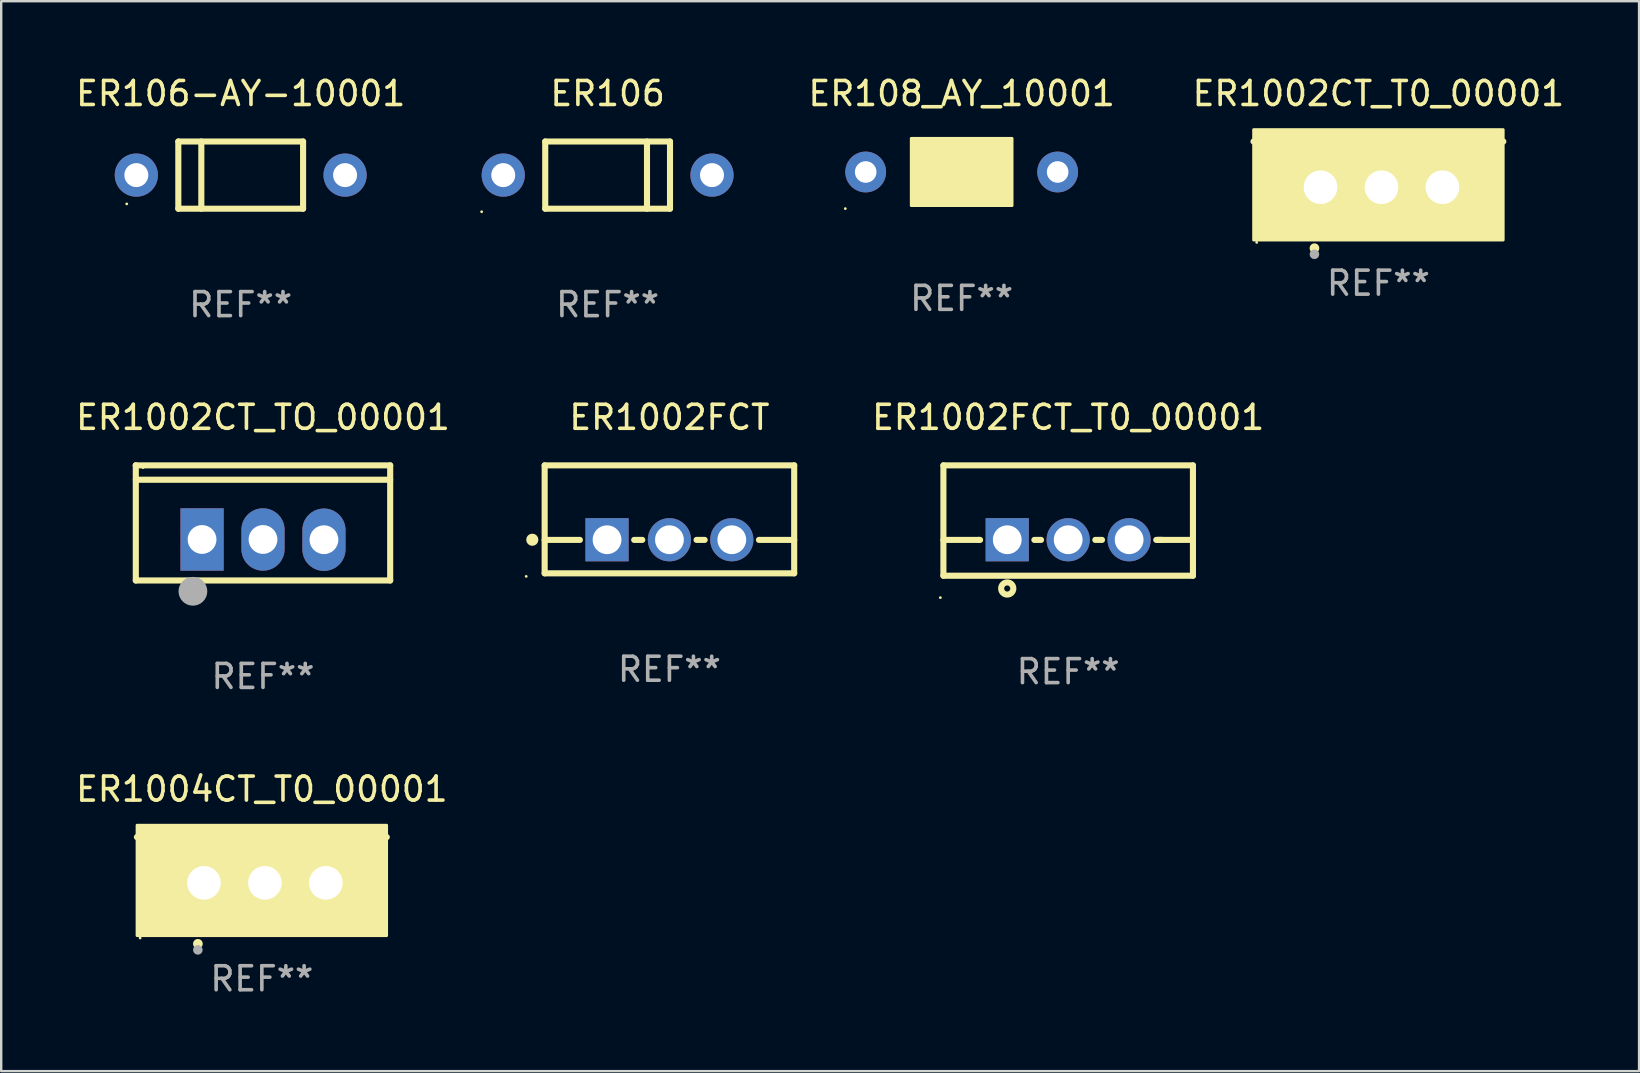
<source format=kicad_pcb>
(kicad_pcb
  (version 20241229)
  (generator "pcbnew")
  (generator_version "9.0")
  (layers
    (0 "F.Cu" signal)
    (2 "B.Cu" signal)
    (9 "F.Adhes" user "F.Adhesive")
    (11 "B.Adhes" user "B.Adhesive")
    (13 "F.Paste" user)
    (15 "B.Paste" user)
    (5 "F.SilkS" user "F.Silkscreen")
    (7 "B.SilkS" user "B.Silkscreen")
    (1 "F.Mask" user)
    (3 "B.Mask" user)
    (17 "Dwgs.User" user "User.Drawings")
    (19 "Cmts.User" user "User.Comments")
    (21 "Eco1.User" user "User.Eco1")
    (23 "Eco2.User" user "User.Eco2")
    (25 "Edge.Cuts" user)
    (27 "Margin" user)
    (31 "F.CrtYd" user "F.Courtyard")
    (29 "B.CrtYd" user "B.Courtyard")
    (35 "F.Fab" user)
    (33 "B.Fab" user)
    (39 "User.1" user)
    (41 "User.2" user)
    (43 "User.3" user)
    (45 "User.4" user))
  (footprint "ER106"
    (layer "F.Cu")
    (at 22.274 4.248)
    (property "Reference" "ER106" (at 0 -3.4 0) (layer "F.SilkS") (effects (font (size 1 1) (thickness 0.15))))
    (attr through_hole)
    (fp_line (start -2.6 1.4) (end -2.6 -1.4) (stroke (width 0.254) (type solid)) (layer "F.SilkS"))
    (fp_line (start 1.641 1.4) (end 1.641 -1.4) (stroke (width 0.254) (type solid)) (layer "F.SilkS"))
    (fp_line (start 2.6 -1.4) (end -2.6 -1.4) (stroke (width 0.254) (type solid)) (layer "F.SilkS"))
    (fp_line (start 2.6 1.4) (end -2.6 1.4) (stroke (width 0.254) (type solid)) (layer "F.SilkS"))
    (fp_line (start 2.6 1.4) (end 2.6 -1.4) (stroke (width 0.254) (type solid)) (layer "F.SilkS"))
    (fp_circle (center -5.25 1.527) (end -5.22 1.527) (stroke (width 0.06) (type solid)) (fill no) (layer "F.SilkS"))
    (fp_text user "REF**" (at 0 5.4 0) (layer "F.Fab") (effects (font (size 1 1) (thickness 0.15))))
    (pad "1" thru_hole circle (at -4.35 0) (size 1.8 1.8) (drill 1) (layers "*.Cu" "*.Mask"))
    (pad "2" thru_hole circle (at 4.35 0) (size 1.8 1.8) (drill 1) (layers "*.Cu" "*.Mask")))
  (footprint "ER106-AY-10001"
    (layer "F.Cu")
    (at 6.982 4.248)
    (property "Reference" "ER106-AY-10001" (at 0 -3.4 0) (layer "F.SilkS") (effects (font (size 1 1) (thickness 0.15))))
    (attr through_hole)
    (fp_line (start -2.6 -1.4) (end -2.6 1.4) (stroke (width 0.254) (type solid)) (layer "F.SilkS"))
    (fp_line (start -2.6 -1.4) (end 2.6 -1.4) (stroke (width 0.254) (type solid)) (layer "F.SilkS"))
    (fp_line (start -2.6 1.4) (end 2.6 1.4) (stroke (width 0.254) (type solid)) (layer "F.SilkS"))
    (fp_line (start -1.641 -1.4) (end -1.641 1.4) (stroke (width 0.254) (type solid)) (layer "F.SilkS"))
    (fp_line (start 2.6 -1.4) (end 2.6 1.4) (stroke (width 0.254) (type solid)) (layer "F.SilkS"))
    (fp_circle (center -4.75 1.2) (end -4.72 1.2) (stroke (width 0.06) (type solid)) (fill no) (layer "F.SilkS"))
    (fp_text user "REF**" (at 0 5.4 0) (layer "F.Fab") (effects (font (size 1 1) (thickness 0.15))))
    (pad "1" thru_hole circle (at -4.35 0) (size 1.8 1.8) (drill 1) (layers "*.Cu" "*.Mask"))
    (pad "2" thru_hole circle (at 4.35 0) (size 1.8 1.8) (drill 1) (layers "*.Cu" "*.Mask")))
  (footprint "ER108_AY_10001"
    (layer "F.Cu")
    (at 37.03 4.118)
    (property "Reference" "ER108_AY_10001" (at 0 -3.27 0) (layer "F.SilkS") (effects (font (size 1 1) (thickness 0.15))))
    (attr through_hole)
    (fp_line (start 1.27 -1.27) (end 1.27 1.27) (stroke (width 0.229) (type solid)) (layer "F.SilkS"))
    (fp_circle (center -4.85 1.527) (end -4.82 1.527) (stroke (width 0.06) (type solid)) (fill no) (layer "F.SilkS"))
    (fp_poly (pts (xy -2.1 -1.4) (xy 2.1 -1.4) (xy 2.1 1.4) (xy -2.1 1.4)) (stroke (width 0.12) (type solid)) (fill yes) (layer "F.SilkS"))
    (fp_text user "REF**" (at 0 5.27 0) (layer "F.Fab") (effects (font (size 1 1) (thickness 0.15))))
    (pad "1" thru_hole circle (at -4 0) (size 1.7 1.7) (drill 0.9) (layers "*.Cu" "*.Mask"))
    (pad "2" thru_hole circle (at 4 0) (size 1.7 1.7) (drill 0.9) (layers "*.Cu" "*.Mask")))
  (footprint "ER1002CT_TO_00001"
    (layer "F.Cu")
    (at 7.911 18.744)
    (property "Reference" "ER1002CT_TO_00001" (at 0 -4.399 0) (layer "F.SilkS") (effects (font (size 1 1) (thickness 0.15))))
    (attr through_hole)
    (fp_line (start -5.301 -2.399) (end 5.301 -2.399) (stroke (width 0.254) (type solid)) (layer "F.SilkS"))
    (fp_line (start -5.301 -2.394) (end -5.301 -2.399) (stroke (width 0.254) (type solid)) (layer "F.SilkS"))
    (fp_line (start -5.301 2.399) (end -5.301 -2.394) (stroke (width 0.254) (type solid)) (layer "F.SilkS"))
    (fp_line (start 5.3 -1.8) (end -5.3 -1.8) (stroke (width 0.254) (type solid)) (layer "F.SilkS"))
    (fp_line (start 5.301 -2.399) (end 5.301 2.399) (stroke (width 0.254) (type solid)) (layer "F.SilkS"))
    (fp_line (start 5.301 2.399) (end -5.301 2.399) (stroke (width 0.254) (type solid)) (layer "F.SilkS"))
    (fp_arc (start -2.769977 3.025032) (mid -2.768707 3.025028) (end -2.767437 3.025032) (stroke (width 0.4) (type solid)) (layer "F.SilkS"))
    (fp_circle (center -5 -2.305) (end -4.97 -2.305) (stroke (width 0.06) (type solid)) (fill no) (layer "F.SilkS"))
    (fp_circle (center -2.921 2.849) (end -2.621 2.849) (stroke (width 0.6) (type solid)) (fill no) (layer "F.Fab"))
    (fp_text user "REF**" (at 0 6.399 0) (layer "F.Fab") (effects (font (size 1 1) (thickness 0.15))))
    (pad "1" thru_hole rect (at -2.54 0.69) (size 1.8 2.6) (drill 1.2) (layers "*.Cu" "*.Mask"))
    (pad "2" thru_hole oval (at 0 0.69) (size 1.8 2.6) (drill 1.2) (layers "*.Cu" "*.Mask"))
    (pad "3" thru_hole oval (at 2.54 0.7) (size 1.8 2.6) (drill 1.2) (layers "*.Cu" "*.Mask")))
  (footprint "ER1002CT_T0_00001"
    (layer "F.Cu")
    (at 54.399 3.801)
    (property "Reference" "ER1002CT_T0_00001" (at 0 -2.953 0) (layer "F.SilkS") (effects (font (size 1 1) (thickness 0.15))))
    (attr through_hole)
    (fp_line (start 5.207 -0.953) (end -5.207 -0.953) (stroke (width 0.254) (type solid)) (layer "F.SilkS"))
    (fp_arc (start -2.66698 3.49252) (mid -2.66571 3.492516) (end -2.66444 3.49252) (stroke (width 0.4) (type solid)) (layer "F.SilkS"))
    (fp_circle (center -5.073 3.252) (end -5.043 3.252) (stroke (width 0.06) (type solid)) (fill no) (layer "F.SilkS"))
    (fp_poly (pts (xy -5.2 -1.448) (xy 5.2 -1.448) (xy 5.2 3.152) (xy -5.2 3.152)) (stroke (width 0.12) (type solid)) (fill yes) (layer "F.SilkS"))
    (fp_circle (center -2.667 3.747) (end -2.567 3.747) (stroke (width 0.2) (type solid)) (fill no) (layer "F.Fab"))
    (fp_text user "REF**" (at 0 4.953 0) (layer "F.Fab") (effects (font (size 1 1) (thickness 0.15))))
    (pad "1" thru_hole rect (at -2.413 0.953) (size 2 2.5) (drill 1.4) (layers "*.Cu" "*.Mask"))
    (pad "2" thru_hole oval (at 0.127 0.953) (size 2 2.5) (drill 1.4) (layers "*.Cu" "*.Mask"))
    (pad "3" thru_hole oval (at 2.667 0.953) (size 2 2.5) (drill 1.4) (layers "*.Cu" "*.Mask")))
  (footprint "ER1002FCT_T0_00001"
    (layer "F.Cu")
    (at 41.469 18.645)
    (property "Reference" "ER1002FCT_T0_00001" (at 0 -4.3 0) (layer "F.SilkS") (effects (font (size 1 1) (thickness 0.15))))
    (attr through_hole)
    (fp_line (start -5.2 -2.3) (end -5.2 2.3) (stroke (width 0.254) (type solid)) (layer "F.SilkS"))
    (fp_line (start -5.2 -2.3) (end 5.2 -2.3) (stroke (width 0.254) (type solid)) (layer "F.SilkS"))
    (fp_line (start -5.2 0.807) (end -3.731 0.807) (stroke (width 0.254) (type solid)) (layer "F.SilkS"))
    (fp_line (start -5.2 2.3) (end 5.2 2.3) (stroke (width 0.254) (type solid)) (layer "F.SilkS"))
    (fp_line (start -3.731 0.807) (end -3.671 0.807) (stroke (width 0.254) (type solid)) (layer "F.SilkS"))
    (fp_line (start -1.409 0.807) (end -1.131 0.807) (stroke (width 0.254) (type solid)) (layer "F.SilkS"))
    (fp_line (start 1.131 0.807) (end 1.409 0.807) (stroke (width 0.254) (type solid)) (layer "F.SilkS"))
    (fp_line (start 3.671 0.807) (end 3.926 0.807) (stroke (width 0.254) (type solid)) (layer "F.SilkS"))
    (fp_line (start 3.731 0.807) (end 5.2 0.807) (stroke (width 0.254) (type solid)) (layer "F.SilkS"))
    (fp_line (start 5.2 -2.3) (end 5.2 2.3) (stroke (width 0.254) (type solid)) (layer "F.SilkS"))
    (fp_circle (center -5.327 3.213) (end -5.297 3.213) (stroke (width 0.06) (type solid)) (fill no) (layer "F.SilkS"))
    (fp_circle (center -2.54 2.832) (end -2.286 2.832) (stroke (width 0.254) (type solid)) (fill no) (layer "F.SilkS"))
    (fp_text user "REF**" (at 0 6.3 0) (layer "F.Fab") (effects (font (size 1 1) (thickness 0.15))))
    (pad "1" thru_hole rect (at -2.54 0.8) (size 1.8 1.8) (drill 1.2) (layers "*.Cu" "*.Mask"))
    (pad "2" thru_hole circle (at 0 0.8) (size 1.8 1.8) (drill 1.2) (layers "*.Cu" "*.Mask"))
    (pad "3" thru_hole circle (at 2.54 0.8) (size 1.8 1.8) (drill 1.2) (layers "*.Cu" "*.Mask")))
  (footprint "ER1002FCT"
    (layer "F.Cu")
    (at 24.85 18.595)
    (property "Reference" "ER1002FCT" (at 0 -4.25 0) (layer "F.SilkS") (effects (font (size 1 1) (thickness 0.15))))
    (attr through_hole)
    (fp_line (start -5.2 -2.25) (end -5.2 2.25) (stroke (width 0.254) (type solid)) (layer "F.SilkS"))
    (fp_line (start -5.2 -2.25) (end 5.2 -2.25) (stroke (width 0.254) (type solid)) (layer "F.SilkS"))
    (fp_line (start -5.2 0.857) (end -3.731 0.857) (stroke (width 0.254) (type solid)) (layer "F.SilkS"))
    (fp_line (start -5.2 2.25) (end 5.2 2.25) (stroke (width 0.254) (type solid)) (layer "F.SilkS"))
    (fp_line (start -1.469 0.857) (end -1.131 0.857) (stroke (width 0.254) (type solid)) (layer "F.SilkS"))
    (fp_line (start 1.131 0.857) (end 1.469 0.857) (stroke (width 0.254) (type solid)) (layer "F.SilkS"))
    (fp_line (start 3.731 0.857) (end 5.2 0.857) (stroke (width 0.254) (type solid)) (layer "F.SilkS"))
    (fp_line (start 5.2 -2.25) (end 5.2 2.25) (stroke (width 0.254) (type solid)) (layer "F.SilkS"))
    (fp_circle (center -5.969 2.377) (end -5.939 2.377) (stroke (width 0.06) (type solid)) (fill no) (layer "F.SilkS"))
    (fp_circle (center -5.715 0.85) (end -5.588 0.85) (stroke (width 0.254) (type solid)) (fill no) (layer "F.SilkS"))
    (fp_text user "REF**" (at 0 6.25 0) (layer "F.Fab") (effects (font (size 1 1) (thickness 0.15))))
    (pad "1" thru_hole rect (at -2.6 0.85) (size 1.8 1.8) (drill 1.2) (layers "*.Cu" "*.Mask"))
    (pad "2" thru_hole circle (at 0 0.85) (size 1.8 1.8) (drill 1.2) (layers "*.Cu" "*.Mask"))
    (pad "3" thru_hole circle (at 2.6 0.85) (size 1.8 1.8) (drill 1.2) (layers "*.Cu" "*.Mask")))
  (footprint "ER1004CT_T0_00001"
    (layer "F.Cu")
    (at 7.863 32.792)
    (property "Reference" "ER1004CT_T0_00001" (at 0 -2.953 0) (layer "F.SilkS") (effects (font (size 1 1) (thickness 0.15))))
    (attr through_hole)
    (fp_line (start 5.207 -0.953) (end -5.207 -0.953) (stroke (width 0.254) (type solid)) (layer "F.SilkS"))
    (fp_arc (start -2.66698 3.49252) (mid -2.66571 3.492516) (end -2.66444 3.49252) (stroke (width 0.4) (type solid)) (layer "F.SilkS"))
    (fp_circle (center -5.073 3.252) (end -5.043 3.252) (stroke (width 0.06) (type solid)) (fill no) (layer "F.SilkS"))
    (fp_poly (pts (xy -5.2 -1.448) (xy 5.2 -1.448) (xy 5.2 3.152) (xy -5.2 3.152)) (stroke (width 0.12) (type solid)) (fill yes) (layer "F.SilkS"))
    (fp_circle (center -2.667 3.747) (end -2.567 3.747) (stroke (width 0.2) (type solid)) (fill no) (layer "F.Fab"))
    (fp_text user "REF**" (at 0 4.953 0) (layer "F.Fab") (effects (font (size 1 1) (thickness 0.15))))
    (pad "1" thru_hole rect (at -2.413 0.953) (size 2 2.5) (drill 1.4) (layers "*.Cu" "*.Mask"))
    (pad "2" thru_hole oval (at 0.127 0.953) (size 2 2.5) (drill 1.4) (layers "*.Cu" "*.Mask"))
    (pad "3" thru_hole oval (at 2.667 0.953) (size 2 2.5) (drill 1.4) (layers "*.Cu" "*.Mask")))
  (gr_rect
    (start -3 -3)
    (end 65.262 41.593)
    (stroke (width 0.1) (type default))
    (fill no)
    (layer "Edge.Cuts")))
</source>
